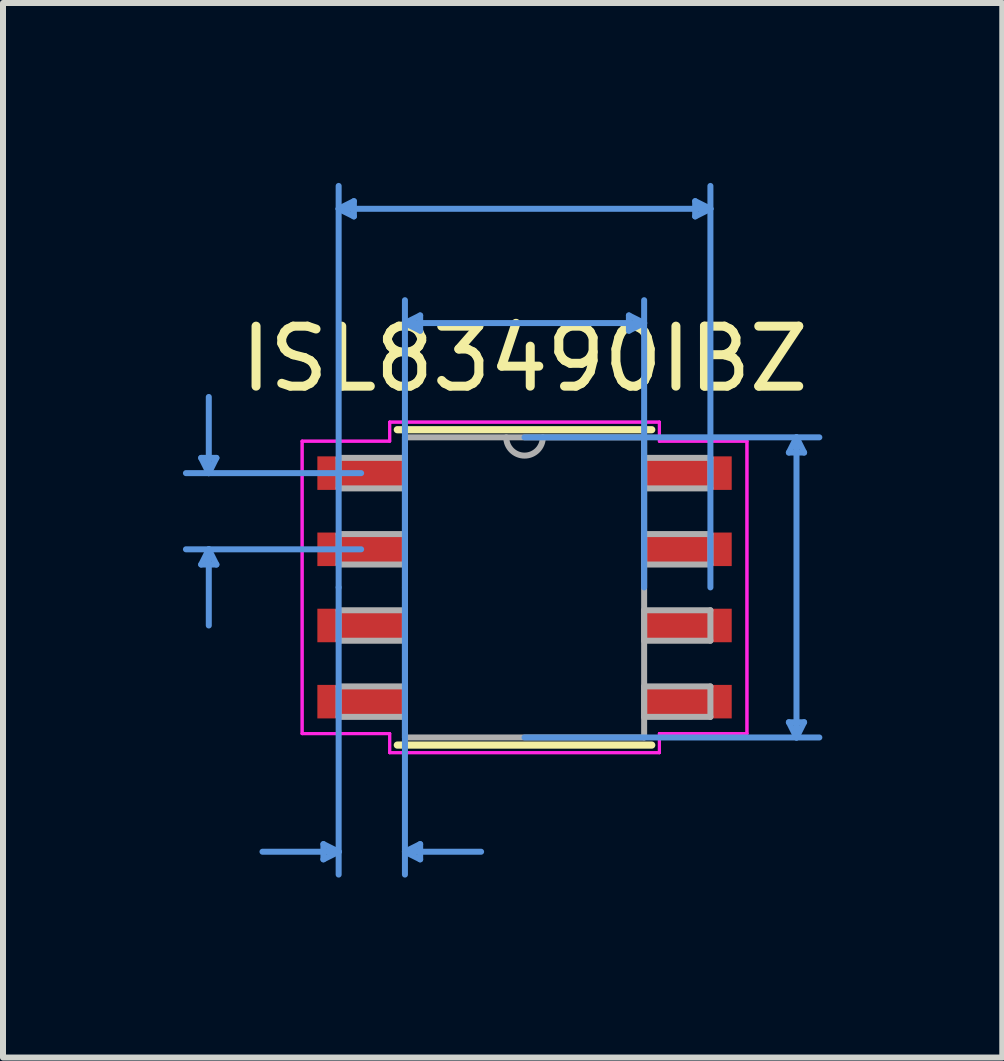
<source format=kicad_pcb>
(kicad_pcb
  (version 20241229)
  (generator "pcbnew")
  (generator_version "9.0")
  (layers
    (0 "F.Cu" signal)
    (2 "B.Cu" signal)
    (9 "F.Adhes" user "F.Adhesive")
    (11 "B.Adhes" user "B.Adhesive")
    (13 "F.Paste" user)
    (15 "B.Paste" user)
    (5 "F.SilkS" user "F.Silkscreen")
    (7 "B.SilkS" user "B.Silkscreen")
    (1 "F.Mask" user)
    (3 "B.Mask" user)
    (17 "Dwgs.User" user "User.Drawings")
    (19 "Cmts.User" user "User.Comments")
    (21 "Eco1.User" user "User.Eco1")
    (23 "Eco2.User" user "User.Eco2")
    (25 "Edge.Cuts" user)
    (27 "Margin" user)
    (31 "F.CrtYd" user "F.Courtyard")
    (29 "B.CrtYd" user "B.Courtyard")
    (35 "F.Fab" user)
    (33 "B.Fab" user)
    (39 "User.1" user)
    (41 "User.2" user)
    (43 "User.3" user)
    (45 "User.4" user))
  (footprint "ISL83490IBZ"
    (layer "F.Cu")
    (at 5.695 6.743)
    (property "Reference" "ISL83490IBZ" (at 0 -3.81 0) (layer "F.SilkS") (effects (font (size 1 1) (thickness 0.15))))
    (attr through_hole)
    (fp_line (start -2.121 2.629) (end 2.121 2.629) (stroke (width 0.12) (type solid)) (layer "F.SilkS"))
    (fp_line (start 2.121 -2.629) (end -2.121 -2.629) (stroke (width 0.12) (type solid)) (layer "F.SilkS"))
    (fp_line (start -5.391 -2.159) (end -5.137 -2.159) (stroke (width 0.1) (type solid)) (layer "Cmts.User"))
    (fp_line (start -5.391 -0.381) (end -5.137 -0.381) (stroke (width 0.1) (type solid)) (layer "Cmts.User"))
    (fp_line (start -5.264 -1.905) (end -5.391 -2.159) (stroke (width 0.1) (type solid)) (layer "Cmts.User"))
    (fp_line (start -5.264 -1.905) (end -5.264 -3.175) (stroke (width 0.1) (type solid)) (layer "Cmts.User"))
    (fp_line (start -5.264 -1.905) (end -5.137 -2.159) (stroke (width 0.1) (type solid)) (layer "Cmts.User"))
    (fp_line (start -5.264 -0.635) (end -5.391 -0.381) (stroke (width 0.1) (type solid)) (layer "Cmts.User"))
    (fp_line (start -5.264 -0.635) (end -5.264 0.635) (stroke (width 0.1) (type solid)) (layer "Cmts.User"))
    (fp_line (start -5.264 -0.635) (end -5.137 -0.381) (stroke (width 0.1) (type solid)) (layer "Cmts.User"))
    (fp_line (start -3.353 4.28) (end -3.353 4.534) (stroke (width 0.1) (type solid)) (layer "Cmts.User"))
    (fp_line (start -3.099 -6.312) (end -2.845 -6.439) (stroke (width 0.1) (type solid)) (layer "Cmts.User"))
    (fp_line (start -3.099 -6.312) (end -2.845 -6.185) (stroke (width 0.1) (type solid)) (layer "Cmts.User"))
    (fp_line (start -3.099 -6.312) (end 3.099 -6.312) (stroke (width 0.1) (type solid)) (layer "Cmts.User"))
    (fp_line (start -3.099 0) (end -3.099 -6.693) (stroke (width 0.1) (type solid)) (layer "Cmts.User"))
    (fp_line (start -3.099 0) (end -3.099 4.788) (stroke (width 0.1) (type solid)) (layer "Cmts.User"))
    (fp_line (start -3.099 4.407) (end -4.369 4.407) (stroke (width 0.1) (type solid)) (layer "Cmts.User"))
    (fp_line (start -3.099 4.407) (end -3.353 4.28) (stroke (width 0.1) (type solid)) (layer "Cmts.User"))
    (fp_line (start -3.099 4.407) (end -3.353 4.534) (stroke (width 0.1) (type solid)) (layer "Cmts.User"))
    (fp_line (start -2.845 -6.439) (end -2.845 -6.185) (stroke (width 0.1) (type solid)) (layer "Cmts.User"))
    (fp_line (start -2.724 -1.905) (end -5.645 -1.905) (stroke (width 0.1) (type solid)) (layer "Cmts.User"))
    (fp_line (start -2.724 -0.635) (end -5.645 -0.635) (stroke (width 0.1) (type solid)) (layer "Cmts.User"))
    (fp_line (start -1.994 -4.407) (end -1.74 -4.534) (stroke (width 0.1) (type solid)) (layer "Cmts.User"))
    (fp_line (start -1.994 -4.407) (end -1.74 -4.28) (stroke (width 0.1) (type solid)) (layer "Cmts.User"))
    (fp_line (start -1.994 -4.407) (end 1.994 -4.407) (stroke (width 0.1) (type solid)) (layer "Cmts.User"))
    (fp_line (start -1.994 0) (end -1.994 -4.788) (stroke (width 0.1) (type solid)) (layer "Cmts.User"))
    (fp_line (start -1.994 0) (end -1.994 4.788) (stroke (width 0.1) (type solid)) (layer "Cmts.User"))
    (fp_line (start -1.994 4.407) (end -1.74 4.28) (stroke (width 0.1) (type solid)) (layer "Cmts.User"))
    (fp_line (start -1.994 4.407) (end -1.74 4.534) (stroke (width 0.1) (type solid)) (layer "Cmts.User"))
    (fp_line (start -1.994 4.407) (end -0.724 4.407) (stroke (width 0.1) (type solid)) (layer "Cmts.User"))
    (fp_line (start -1.74 -4.534) (end -1.74 -4.28) (stroke (width 0.1) (type solid)) (layer "Cmts.User"))
    (fp_line (start -1.74 4.28) (end -1.74 4.534) (stroke (width 0.1) (type solid)) (layer "Cmts.User"))
    (fp_line (start 0 -2.502) (end 4.915 -2.502) (stroke (width 0.1) (type solid)) (layer "Cmts.User"))
    (fp_line (start 0 2.502) (end 4.915 2.502) (stroke (width 0.1) (type solid)) (layer "Cmts.User"))
    (fp_line (start 1.74 -4.534) (end 1.74 -4.28) (stroke (width 0.1) (type solid)) (layer "Cmts.User"))
    (fp_line (start 1.994 -4.407) (end 1.74 -4.534) (stroke (width 0.1) (type solid)) (layer "Cmts.User"))
    (fp_line (start 1.994 -4.407) (end 1.74 -4.28) (stroke (width 0.1) (type solid)) (layer "Cmts.User"))
    (fp_line (start 1.994 0) (end 1.994 -4.788) (stroke (width 0.1) (type solid)) (layer "Cmts.User"))
    (fp_line (start 2.845 -6.439) (end 2.845 -6.185) (stroke (width 0.1) (type solid)) (layer "Cmts.User"))
    (fp_line (start 3.099 -6.312) (end 2.845 -6.439) (stroke (width 0.1) (type solid)) (layer "Cmts.User"))
    (fp_line (start 3.099 -6.312) (end 2.845 -6.185) (stroke (width 0.1) (type solid)) (layer "Cmts.User"))
    (fp_line (start 3.099 0) (end 3.099 -6.693) (stroke (width 0.1) (type solid)) (layer "Cmts.User"))
    (fp_line (start 4.407 -2.248) (end 4.661 -2.248) (stroke (width 0.1) (type solid)) (layer "Cmts.User"))
    (fp_line (start 4.407 2.248) (end 4.661 2.248) (stroke (width 0.1) (type solid)) (layer "Cmts.User"))
    (fp_line (start 4.534 -2.502) (end 4.407 -2.248) (stroke (width 0.1) (type solid)) (layer "Cmts.User"))
    (fp_line (start 4.534 -2.502) (end 4.534 2.502) (stroke (width 0.1) (type solid)) (layer "Cmts.User"))
    (fp_line (start 4.534 -2.502) (end 4.661 -2.248) (stroke (width 0.1) (type solid)) (layer "Cmts.User"))
    (fp_line (start 4.534 2.502) (end 4.407 2.248) (stroke (width 0.1) (type solid)) (layer "Cmts.User"))
    (fp_line (start 4.534 2.502) (end 4.661 2.248) (stroke (width 0.1) (type solid)) (layer "Cmts.User"))
    (fp_line (start -3.708 -2.438) (end -2.248 -2.438) (stroke (width 0.05) (type solid)) (layer "F.CrtYd"))
    (fp_line (start -3.708 -2.438) (end -2.248 -2.438) (stroke (width 0.05) (type solid)) (layer "F.CrtYd"))
    (fp_line (start -3.708 2.438) (end -3.708 -2.438) (stroke (width 0.05) (type solid)) (layer "F.CrtYd"))
    (fp_line (start -3.708 2.438) (end -3.708 -2.438) (stroke (width 0.05) (type solid)) (layer "F.CrtYd"))
    (fp_line (start -3.708 2.438) (end -2.248 2.438) (stroke (width 0.05) (type solid)) (layer "F.CrtYd"))
    (fp_line (start -2.248 -2.756) (end 2.248 -2.756) (stroke (width 0.05) (type solid)) (layer "F.CrtYd"))
    (fp_line (start -2.248 -2.756) (end 2.248 -2.756) (stroke (width 0.05) (type solid)) (layer "F.CrtYd"))
    (fp_line (start -2.248 -2.438) (end -2.248 -2.756) (stroke (width 0.05) (type solid)) (layer "F.CrtYd"))
    (fp_line (start -2.248 -2.438) (end -2.248 -2.756) (stroke (width 0.05) (type solid)) (layer "F.CrtYd"))
    (fp_line (start -2.248 2.438) (end -3.708 2.438) (stroke (width 0.05) (type solid)) (layer "F.CrtYd"))
    (fp_line (start -2.248 2.756) (end -2.248 2.438) (stroke (width 0.05) (type solid)) (layer "F.CrtYd"))
    (fp_line (start -2.248 2.756) (end -2.248 2.438) (stroke (width 0.05) (type solid)) (layer "F.CrtYd"))
    (fp_line (start 2.248 -2.756) (end 2.248 -2.438) (stroke (width 0.05) (type solid)) (layer "F.CrtYd"))
    (fp_line (start 2.248 -2.756) (end 2.248 -2.438) (stroke (width 0.05) (type solid)) (layer "F.CrtYd"))
    (fp_line (start 2.248 -2.438) (end 3.708 -2.438) (stroke (width 0.05) (type solid)) (layer "F.CrtYd"))
    (fp_line (start 2.248 2.438) (end 2.248 2.756) (stroke (width 0.05) (type solid)) (layer "F.CrtYd"))
    (fp_line (start 2.248 2.438) (end 2.248 2.756) (stroke (width 0.05) (type solid)) (layer "F.CrtYd"))
    (fp_line (start 2.248 2.756) (end -2.248 2.756) (stroke (width 0.05) (type solid)) (layer "F.CrtYd"))
    (fp_line (start 2.248 2.756) (end -2.248 2.756) (stroke (width 0.05) (type solid)) (layer "F.CrtYd"))
    (fp_line (start 3.708 -2.438) (end 2.248 -2.438) (stroke (width 0.05) (type solid)) (layer "F.CrtYd"))
    (fp_line (start 3.708 -2.438) (end 3.708 2.438) (stroke (width 0.05) (type solid)) (layer "F.CrtYd"))
    (fp_line (start 3.708 -2.438) (end 3.708 2.438) (stroke (width 0.05) (type solid)) (layer "F.CrtYd"))
    (fp_line (start 3.708 2.438) (end 2.248 2.438) (stroke (width 0.05) (type solid)) (layer "F.CrtYd"))
    (fp_line (start 3.708 2.438) (end 2.248 2.438) (stroke (width 0.05) (type solid)) (layer "F.CrtYd"))
    (fp_line (start -3.099 -2.159) (end -3.099 -1.651) (stroke (width 0.1) (type solid)) (layer "F.Fab"))
    (fp_line (start -3.099 -1.651) (end -1.994 -1.651) (stroke (width 0.1) (type solid)) (layer "F.Fab"))
    (fp_line (start -3.099 -0.889) (end -3.099 -0.381) (stroke (width 0.1) (type solid)) (layer "F.Fab"))
    (fp_line (start -3.099 -0.381) (end -1.994 -0.381) (stroke (width 0.1) (type solid)) (layer "F.Fab"))
    (fp_line (start -3.099 0.381) (end -3.099 0.889) (stroke (width 0.1) (type solid)) (layer "F.Fab"))
    (fp_line (start -3.099 0.889) (end -1.994 0.889) (stroke (width 0.1) (type solid)) (layer "F.Fab"))
    (fp_line (start -3.099 1.651) (end -3.099 2.159) (stroke (width 0.1) (type solid)) (layer "F.Fab"))
    (fp_line (start -3.099 2.159) (end -1.994 2.159) (stroke (width 0.1) (type solid)) (layer "F.Fab"))
    (fp_line (start -1.994 -2.502) (end -1.994 2.502) (stroke (width 0.1) (type solid)) (layer "F.Fab"))
    (fp_line (start -1.994 -2.159) (end -3.099 -2.159) (stroke (width 0.1) (type solid)) (layer "F.Fab"))
    (fp_line (start -1.994 -1.651) (end -1.994 -2.159) (stroke (width 0.1) (type solid)) (layer "F.Fab"))
    (fp_line (start -1.994 -0.889) (end -3.099 -0.889) (stroke (width 0.1) (type solid)) (layer "F.Fab"))
    (fp_line (start -1.994 -0.381) (end -1.994 -0.889) (stroke (width 0.1) (type solid)) (layer "F.Fab"))
    (fp_line (start -1.994 0.381) (end -3.099 0.381) (stroke (width 0.1) (type solid)) (layer "F.Fab"))
    (fp_line (start -1.994 0.889) (end -1.994 0.381) (stroke (width 0.1) (type solid)) (layer "F.Fab"))
    (fp_line (start -1.994 1.651) (end -3.099 1.651) (stroke (width 0.1) (type solid)) (layer "F.Fab"))
    (fp_line (start -1.994 2.159) (end -1.994 1.651) (stroke (width 0.1) (type solid)) (layer "F.Fab"))
    (fp_line (start -1.994 2.502) (end 1.994 2.502) (stroke (width 0.1) (type solid)) (layer "F.Fab"))
    (fp_line (start 1.994 -2.502) (end -1.994 -2.502) (stroke (width 0.1) (type solid)) (layer "F.Fab"))
    (fp_line (start 1.994 -2.159) (end 1.994 -1.651) (stroke (width 0.1) (type solid)) (layer "F.Fab"))
    (fp_line (start 1.994 -1.651) (end 3.099 -1.651) (stroke (width 0.1) (type solid)) (layer "F.Fab"))
    (fp_line (start 1.994 -0.889) (end 1.994 -0.381) (stroke (width 0.1) (type solid)) (layer "F.Fab"))
    (fp_line (start 1.994 -0.381) (end 3.099 -0.381) (stroke (width 0.1) (type solid)) (layer "F.Fab"))
    (fp_line (start 1.994 0.381) (end 1.994 0.889) (stroke (width 0.1) (type solid)) (layer "F.Fab"))
    (fp_line (start 1.994 0.889) (end 3.099 0.889) (stroke (width 0.1) (type solid)) (layer "F.Fab"))
    (fp_line (start 1.994 1.651) (end 1.994 2.159) (stroke (width 0.1) (type solid)) (layer "F.Fab"))
    (fp_line (start 1.994 2.159) (end 3.099 2.159) (stroke (width 0.1) (type solid)) (layer "F.Fab"))
    (fp_line (start 1.994 2.502) (end 1.994 -2.502) (stroke (width 0.1) (type solid)) (layer "F.Fab"))
    (fp_line (start 3.099 -2.159) (end 1.994 -2.159) (stroke (width 0.1) (type solid)) (layer "F.Fab"))
    (fp_line (start 3.099 -1.651) (end 3.099 -2.159) (stroke (width 0.1) (type solid)) (layer "F.Fab"))
    (fp_line (start 3.099 -0.889) (end 1.994 -0.889) (stroke (width 0.1) (type solid)) (layer "F.Fab"))
    (fp_line (start 3.099 -0.381) (end 3.099 -0.889) (stroke (width 0.1) (type solid)) (layer "F.Fab"))
    (fp_line (start 3.099 0.381) (end 1.994 0.381) (stroke (width 0.1) (type solid)) (layer "F.Fab"))
    (fp_line (start 3.099 0.889) (end 3.099 0.381) (stroke (width 0.1) (type solid)) (layer "F.Fab"))
    (fp_line (start 3.099 1.651) (end 1.994 1.651) (stroke (width 0.1) (type solid)) (layer "F.Fab"))
    (fp_line (start 3.099 2.159) (end 3.099 1.651) (stroke (width 0.1) (type solid)) (layer "F.Fab"))
    (fp_arc (start 0.3048 -2.5019) (mid 0 -2.1971) (end -0.3048 -2.5019) (stroke (width 0.1) (type solid)) (layer "F.Fab"))
    (pad "1" smd rect (at -2.724 -1.905) (size 1.46 0.559) (layers "F.Cu" "F.Mask" "F.Paste"))
    (pad "2" smd rect (at -2.724 -0.635) (size 1.46 0.559) (layers "F.Cu" "F.Mask" "F.Paste"))
    (pad "3" smd rect (at -2.724 0.635) (size 1.46 0.559) (layers "F.Cu" "F.Mask" "F.Paste"))
    (pad "4" smd rect (at -2.724 1.905) (size 1.46 0.559) (layers "F.Cu" "F.Mask" "F.Paste"))
    (pad "5" smd rect (at 2.724 1.905) (size 1.46 0.559) (layers "F.Cu" "F.Mask" "F.Paste"))
    (pad "6" smd rect (at 2.724 0.635) (size 1.46 0.559) (layers "F.Cu" "F.Mask" "F.Paste"))
    (pad "7" smd rect (at 2.724 -0.635) (size 1.46 0.559) (layers "F.Cu" "F.Mask" "F.Paste"))
    (pad "8" smd rect (at 2.724 -1.905) (size 1.46 0.559) (layers "F.Cu" "F.Mask" "F.Paste")))
  (gr_rect
    (start -3 -3)
    (end 13.66 14.581)
    (stroke (width 0.1) (type default))
    (fill no)
    (layer "Edge.Cuts")))
</source>
